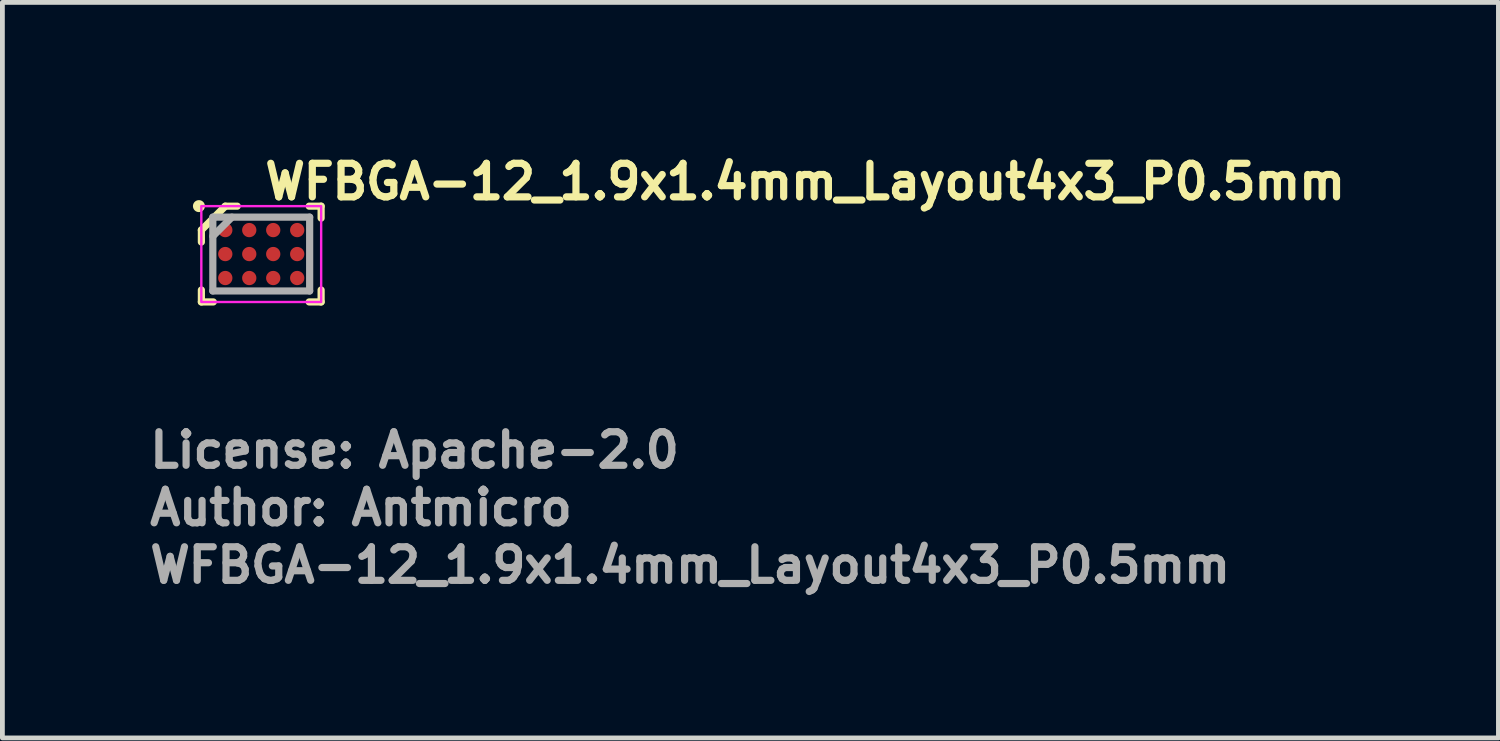
<source format=kicad_pcb>
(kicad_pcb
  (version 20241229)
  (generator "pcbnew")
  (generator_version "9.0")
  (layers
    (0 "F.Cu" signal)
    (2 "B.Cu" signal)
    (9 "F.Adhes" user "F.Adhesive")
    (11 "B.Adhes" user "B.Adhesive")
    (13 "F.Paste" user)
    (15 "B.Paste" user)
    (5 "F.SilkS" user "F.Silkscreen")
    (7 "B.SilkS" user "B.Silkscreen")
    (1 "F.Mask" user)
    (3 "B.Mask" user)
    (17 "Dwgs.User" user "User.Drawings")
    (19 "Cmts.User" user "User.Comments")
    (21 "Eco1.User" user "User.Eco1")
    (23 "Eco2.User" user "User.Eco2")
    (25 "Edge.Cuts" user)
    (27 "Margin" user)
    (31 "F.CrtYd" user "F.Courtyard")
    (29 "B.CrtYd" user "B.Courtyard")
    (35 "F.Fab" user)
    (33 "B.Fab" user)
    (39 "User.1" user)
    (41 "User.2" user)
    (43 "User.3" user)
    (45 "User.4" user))
  (footprint "WFBGA-12_1.9x1.4mm_Layout4x3_P0.5mm"
    (layer "F.Cu")
    (at 2.4 2.25)
    (property "Reference" "WFBGA-12_1.9x1.4mm_Layout4x3_P0.5mm" (at 0 -1.1 0) (layer "F.SilkS") (effects (font (size 0.7 0.7) (thickness 0.15)) (justify left bottom)))
    (attr smd)
    (fp_line (start -1.249 -0.5) (end -0.75 -0.999) (stroke (width 0.15) (type solid)) (layer "F.SilkS"))
    (fp_line (start -1.249 -0.251) (end -1.249 -0.5) (stroke (width 0.15) (type solid)) (layer "F.SilkS"))
    (fp_line (start -1.249 0.75) (end -1.249 0.999) (stroke (width 0.15) (type solid)) (layer "F.SilkS"))
    (fp_line (start -1 0.999) (end -1.249 0.999) (stroke (width 0.15) (type solid)) (layer "F.SilkS"))
    (fp_line (start -0.501 -0.999) (end -0.75 -0.999) (stroke (width 0.15) (type solid)) (layer "F.SilkS"))
    (fp_line (start 1 -0.999) (end 1.249 -0.999) (stroke (width 0.15) (type solid)) (layer "F.SilkS"))
    (fp_line (start 1 0.999) (end 1.249 0.999) (stroke (width 0.15) (type solid)) (layer "F.SilkS"))
    (fp_line (start 1.249 -0.75) (end 1.249 -0.999) (stroke (width 0.15) (type solid)) (layer "F.SilkS"))
    (fp_line (start 1.249 0.75) (end 1.249 0.999) (stroke (width 0.15) (type solid)) (layer "F.SilkS"))
    (fp_circle (center -1.3 -1) (end -1.25 -1) (stroke (width 0.15) (type solid)) (fill yes) (layer "F.SilkS"))
    (fp_rect (start -1.25 -1) (end 1.25 1) (stroke (width 0.05) (type solid)) (fill no) (layer "F.CrtYd"))
    (fp_line (start -1.01 -0.77) (end 1.01 -0.77) (stroke (width 0.15) (type solid)) (layer "F.Fab"))
    (fp_line (start -1.01 -0.372) (end -0.612 -0.77) (stroke (width 0.15) (type solid)) (layer "F.Fab"))
    (fp_line (start -1.01 0.77) (end -1.01 -0.77) (stroke (width 0.15) (type solid)) (layer "F.Fab"))
    (fp_line (start 1.01 -0.77) (end 1.01 0.77) (stroke (width 0.15) (type solid)) (layer "F.Fab"))
    (fp_line (start 1.01 0.77) (end -1.01 0.77) (stroke (width 0.15) (type solid)) (layer "F.Fab"))
    (fp_rect (start -1.01 -0.77) (end 1.01 0.77) (stroke (width 0.1) (type solid)) (fill no) (layer "User.5"))
    (fp_line (start -1.01 -0.77) (end 1.01 -0.77) (stroke (width 0.02) (type solid)) (layer "User.9"))
    (fp_line (start -1.01 0.77) (end -1.01 -0.77) (stroke (width 0.02) (type solid)) (layer "User.9"))
    (fp_line (start -1.01 0.77) (end 1.01 0.77) (stroke (width 0.02) (type solid)) (layer "User.9"))
    (fp_line (start -0.914 -0.578) (end -0.91 -0.55) (stroke (width 0.02) (type solid)) (layer "User.9"))
    (fp_line (start -0.91 -0.605) (end -0.914 -0.578) (stroke (width 0.02) (type solid)) (layer "User.9"))
    (fp_line (start -0.91 -0.55) (end -0.898 -0.525) (stroke (width 0.02) (type solid)) (layer "User.9"))
    (fp_line (start -0.898 -0.63) (end -0.91 -0.605) (stroke (width 0.02) (type solid)) (layer "User.9"))
    (fp_line (start -0.898 -0.525) (end -0.881 -0.505) (stroke (width 0.02) (type solid)) (layer "User.9"))
    (fp_line (start -0.881 -0.65) (end -0.898 -0.63) (stroke (width 0.02) (type solid)) (layer "User.9"))
    (fp_line (start -0.881 -0.505) (end -0.857 -0.49) (stroke (width 0.02) (type solid)) (layer "User.9"))
    (fp_line (start -0.857 -0.665) (end -0.881 -0.65) (stroke (width 0.02) (type solid)) (layer "User.9"))
    (fp_line (start -0.857 -0.49) (end -0.831 -0.482) (stroke (width 0.02) (type solid)) (layer "User.9"))
    (fp_line (start -0.831 -0.673) (end -0.857 -0.665) (stroke (width 0.02) (type solid)) (layer "User.9"))
    (fp_line (start -0.831 -0.482) (end -0.804 -0.482) (stroke (width 0.02) (type solid)) (layer "User.9"))
    (fp_line (start -0.804 -0.673) (end -0.831 -0.673) (stroke (width 0.02) (type solid)) (layer "User.9"))
    (fp_line (start -0.804 -0.482) (end -0.778 -0.49) (stroke (width 0.02) (type solid)) (layer "User.9"))
    (fp_line (start -0.778 -0.665) (end -0.804 -0.673) (stroke (width 0.02) (type solid)) (layer "User.9"))
    (fp_line (start -0.778 -0.49) (end -0.754 -0.505) (stroke (width 0.02) (type solid)) (layer "User.9"))
    (fp_line (start -0.754 -0.65) (end -0.778 -0.665) (stroke (width 0.02) (type solid)) (layer "User.9"))
    (fp_line (start -0.754 -0.505) (end -0.737 -0.525) (stroke (width 0.02) (type solid)) (layer "User.9"))
    (fp_line (start -0.737 -0.63) (end -0.754 -0.65) (stroke (width 0.02) (type solid)) (layer "User.9"))
    (fp_line (start -0.737 -0.525) (end -0.725 -0.55) (stroke (width 0.02) (type solid)) (layer "User.9"))
    (fp_line (start -0.725 -0.605) (end -0.737 -0.63) (stroke (width 0.02) (type solid)) (layer "User.9"))
    (fp_line (start -0.725 -0.55) (end -0.721 -0.578) (stroke (width 0.02) (type solid)) (layer "User.9"))
    (fp_line (start -0.721 -0.578) (end -0.725 -0.605) (stroke (width 0.02) (type solid)) (layer "User.9"))
    (fp_line (start 1.01 0.77) (end 1.01 -0.77) (stroke (width 0.02) (type solid)) (layer "User.9"))
    (fp_text user "Author: Antmicro" (at -2.4 5.7 0) (layer "F.Fab") (effects (font (size 0.7 0.7) (thickness 0.15)) (justify left bottom)))
    (fp_text user "${REFERENCE}" (at -2.4 6.9 0) (layer "F.Fab") (effects (font (size 0.7 0.7) (thickness 0.15)) (justify left bottom)))
    (fp_text user "License: Apache-2.0" (at -2.4 4.5 0) (layer "F.Fab") (effects (font (size 0.7 0.7) (thickness 0.15)) (justify left bottom)))
    (pad "A1" smd circle (at -0.75 -0.5 90) (size 0.298 0.298) (layers "F.Cu" "F.Mask" "F.Paste"))
    (pad "A2" smd circle (at -0.25 -0.5 90) (size 0.298 0.298) (layers "F.Cu" "F.Mask" "F.Paste"))
    (pad "A3" smd circle (at 0.25 -0.5 90) (size 0.298 0.298) (layers "F.Cu" "F.Mask" "F.Paste"))
    (pad "A4" smd circle (at 0.75 -0.5 90) (size 0.298 0.298) (layers "F.Cu" "F.Mask" "F.Paste"))
    (pad "B1" smd circle (at -0.75 0 90) (size 0.298 0.298) (layers "F.Cu" "F.Mask" "F.Paste"))
    (pad "B2" smd circle (at -0.25 0 90) (size 0.298 0.298) (layers "F.Cu" "F.Mask" "F.Paste"))
    (pad "B3" smd circle (at 0.25 0 90) (size 0.298 0.298) (layers "F.Cu" "F.Mask" "F.Paste"))
    (pad "B4" smd circle (at 0.75 0 90) (size 0.298 0.298) (layers "F.Cu" "F.Mask" "F.Paste"))
    (pad "C1" smd circle (at -0.75 0.5 90) (size 0.298 0.298) (layers "F.Cu" "F.Mask" "F.Paste"))
    (pad "C2" smd circle (at -0.25 0.5 90) (size 0.298 0.298) (layers "F.Cu" "F.Mask" "F.Paste"))
    (pad "C3" smd circle (at 0.25 0.5 90) (size 0.298 0.298) (layers "F.Cu" "F.Mask" "F.Paste"))
    (pad "C4" smd circle (at 0.75 0.5 90) (size 0.298 0.298) (layers "F.Cu" "F.Mask" "F.Paste")))
  (gr_rect
    (start -3 -3)
    (end 28.21 12.345)
    (stroke (width 0.1) (type default))
    (fill no)
    (layer "Edge.Cuts")))
</source>
